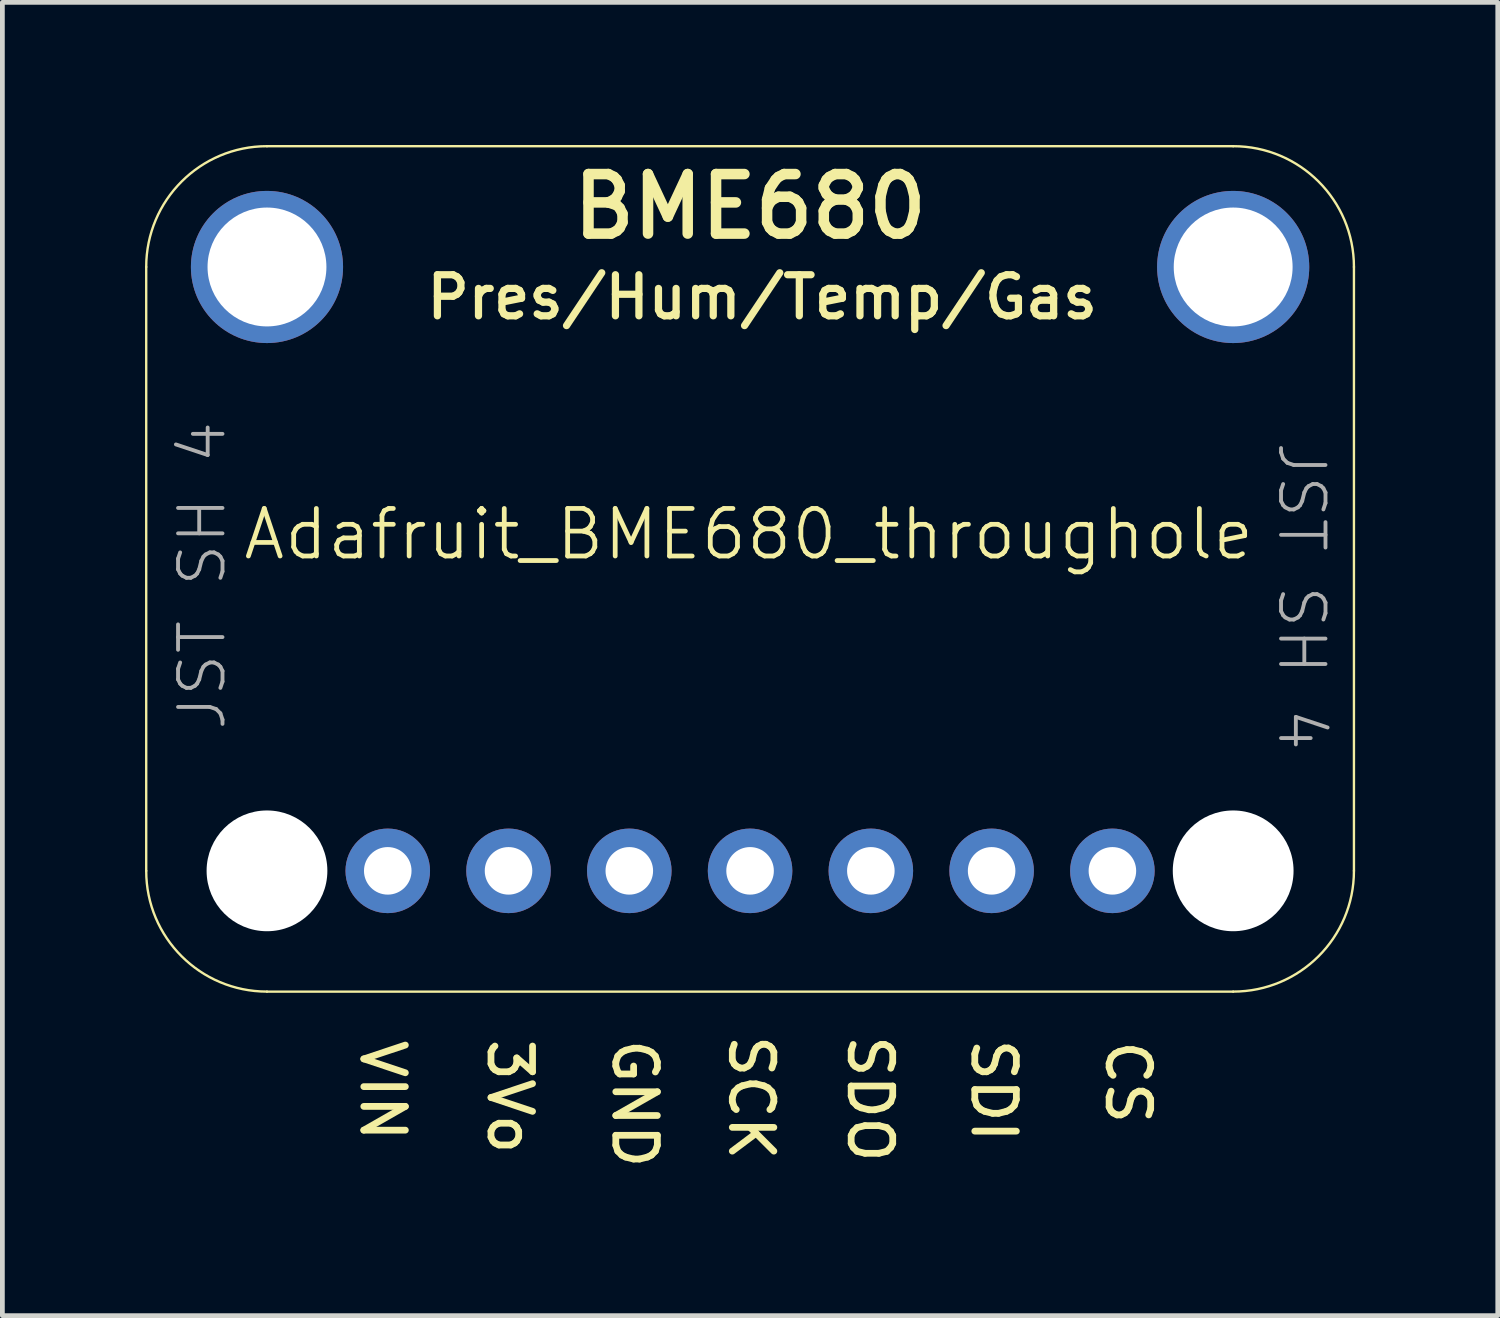
<source format=kicad_pcb>
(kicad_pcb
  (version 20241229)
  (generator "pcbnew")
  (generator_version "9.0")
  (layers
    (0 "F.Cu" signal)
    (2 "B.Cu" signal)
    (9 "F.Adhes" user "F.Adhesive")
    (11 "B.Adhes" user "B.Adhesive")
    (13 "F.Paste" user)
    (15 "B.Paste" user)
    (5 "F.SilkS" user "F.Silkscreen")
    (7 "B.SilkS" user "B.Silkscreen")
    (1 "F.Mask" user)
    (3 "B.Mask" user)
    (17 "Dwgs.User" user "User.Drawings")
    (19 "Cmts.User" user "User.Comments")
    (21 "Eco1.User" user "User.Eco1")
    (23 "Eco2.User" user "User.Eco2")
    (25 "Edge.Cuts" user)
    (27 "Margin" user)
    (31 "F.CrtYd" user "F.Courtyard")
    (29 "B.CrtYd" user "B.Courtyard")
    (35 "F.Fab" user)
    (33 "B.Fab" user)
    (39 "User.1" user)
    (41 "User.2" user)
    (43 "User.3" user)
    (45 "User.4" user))
  (footprint "Adafruit_BME680_throughole"
    (layer "F.Cu")
    (at 12.698 8.686)
    (property "Reference" "Adafruit_BME680_throughole" (at 0 -0.5 0) (unlocked yes) (layer "F.SilkS") (effects (font (size 1 1) (thickness 0.1))))
    (attr through_hole)
    (fp_line (start -12.673 -6.121) (end -12.673 6.579) (stroke (width 0.05) (type solid)) (layer "F.SilkS"))
    (fp_line (start -10.133 9.119) (end 10.187 9.119) (stroke (width 0.05) (type solid)) (layer "F.SilkS"))
    (fp_line (start 10.187 -8.661) (end -10.133 -8.661) (stroke (width 0.05) (type solid)) (layer "F.SilkS"))
    (fp_line (start 12.727 6.579) (end 12.727 -6.121) (stroke (width 0.05) (type solid)) (layer "F.SilkS"))
    (fp_arc (start -12.673 -6.1214) (mid -11.929051 -7.917451) (end -10.133 -8.6614) (stroke (width 0.05) (type solid)) (layer "F.SilkS"))
    (fp_arc (start -10.133 9.1186) (mid -11.929051 8.374651) (end -12.673 6.5786) (stroke (width 0.05) (type solid)) (layer "F.SilkS"))
    (fp_arc (start 10.187 -8.6614) (mid 11.983051 -7.917451) (end 12.727 -6.1214) (stroke (width 0.05) (type solid)) (layer "F.SilkS"))
    (fp_arc (start 12.727 6.5786) (mid 11.983051 8.374651) (end 10.187 9.1186) (stroke (width 0.05) (type solid)) (layer "F.SilkS"))
    (fp_text user "CS" (at 7.975 11.025 270) (unlocked yes) (layer "F.SilkS") (effects (font (size 0.874 0.874) (thickness 0.142))))
    (fp_text user "SDO" (at 2.55 11.375 270) (unlocked yes) (layer "F.SilkS") (effects (font (size 0.874 0.874) (thickness 0.142))))
    (fp_text user "GND" (at -2.4 11.475 270) (unlocked yes) (layer "F.SilkS") (effects (font (size 0.874 0.874) (thickness 0.142))))
    (fp_text user "3Vo" (at -5.025 11.325 270) (unlocked yes) (layer "F.SilkS") (effects (font (size 0.874 0.874) (thickness 0.142))))
    (fp_text user "Pres/Hum/Temp/Gas" (at 0.281 -5.486 0) (unlocked yes) (layer "F.SilkS") (effects (font (size 0.864 0.864) (thickness 0.152))))
    (fp_text user "SDI" (at 5.15 11.2 270) (unlocked yes) (layer "F.SilkS") (effects (font (size 0.874 0.874) (thickness 0.142))))
    (fp_text user "SCK" (at 0.05 11.35 270) (unlocked yes) (layer "F.SilkS") (effects (font (size 0.874 0.874) (thickness 0.142))))
    (fp_text user "VIN" (at -7.7 11.2 270) (unlocked yes) (layer "F.SilkS") (effects (font (size 0.874 0.874) (thickness 0.142))))
    (fp_text user "BME680" (at 0.027 -7.391 0) (unlocked yes) (layer "F.SilkS") (effects (font (size 1.252 1.252) (thickness 0.221))))
    (fp_text user "JST SH 4" (at 11.075 -2.5 270) (unlocked yes) (layer "F.Fab") (effects (font (size 0.935 0.935) (thickness 0.081)) (justify left bottom)))
    (fp_text user "JST SH 4" (at -10.95 3.675 90) (unlocked yes) (layer "F.Fab") (effects (font (size 0.935 0.935) (thickness 0.081)) (justify left bottom)))
    (pad "" np_thru_hole circle (at -10.133 6.579 90) (size 2.54 2.54) (drill 2.54) (layers "*.Cu" "*.Mask"))
    (pad "" np_thru_hole circle (at 10.187 6.579) (size 2.54 2.54) (drill 2.54) (layers "*.Cu" "*.Mask"))
    (pad "1" thru_hole circle (at -7.593 6.579 90) (size 1.778 1.778) (drill 1) (layers "*.Cu" "*.Mask"))
    (pad "2" thru_hole circle (at -5.053 6.579 90) (size 1.778 1.778) (drill 1) (layers "*.Cu" "*.Mask"))
    (pad "3" thru_hole circle (at -2.513 6.579 90) (size 1.778 1.778) (drill 1) (layers "*.Cu" "*.Mask"))
    (pad "4" thru_hole circle (at 0.027 6.579 90) (size 1.778 1.778) (drill 1) (layers "*.Cu" "*.Mask"))
    (pad "5" thru_hole circle (at 2.567 6.579 90) (size 1.778 1.778) (drill 1) (layers "*.Cu" "*.Mask"))
    (pad "6" thru_hole circle (at 5.107 6.579 90) (size 1.778 1.778) (drill 1) (layers "*.Cu" "*.Mask"))
    (pad "7" thru_hole circle (at 7.647 6.579 90) (size 1.778 1.778) (drill 1) (layers "*.Cu" "*.Mask"))
    (pad "P$1" thru_hole circle (at -10.133 -6.121) (size 3.2 3.2) (drill 2.5) (layers "*.Cu" "*.Mask"))
    (pad "P$1" thru_hole circle (at 10.187 -6.121) (size 3.2 3.2) (drill 2.5) (layers "*.Cu" "*.Mask")))
  (gr_rect
    (start -3 -3)
    (end 28.45 24.619)
    (stroke (width 0.1) (type default))
    (fill no)
    (layer "Edge.Cuts")))
</source>
